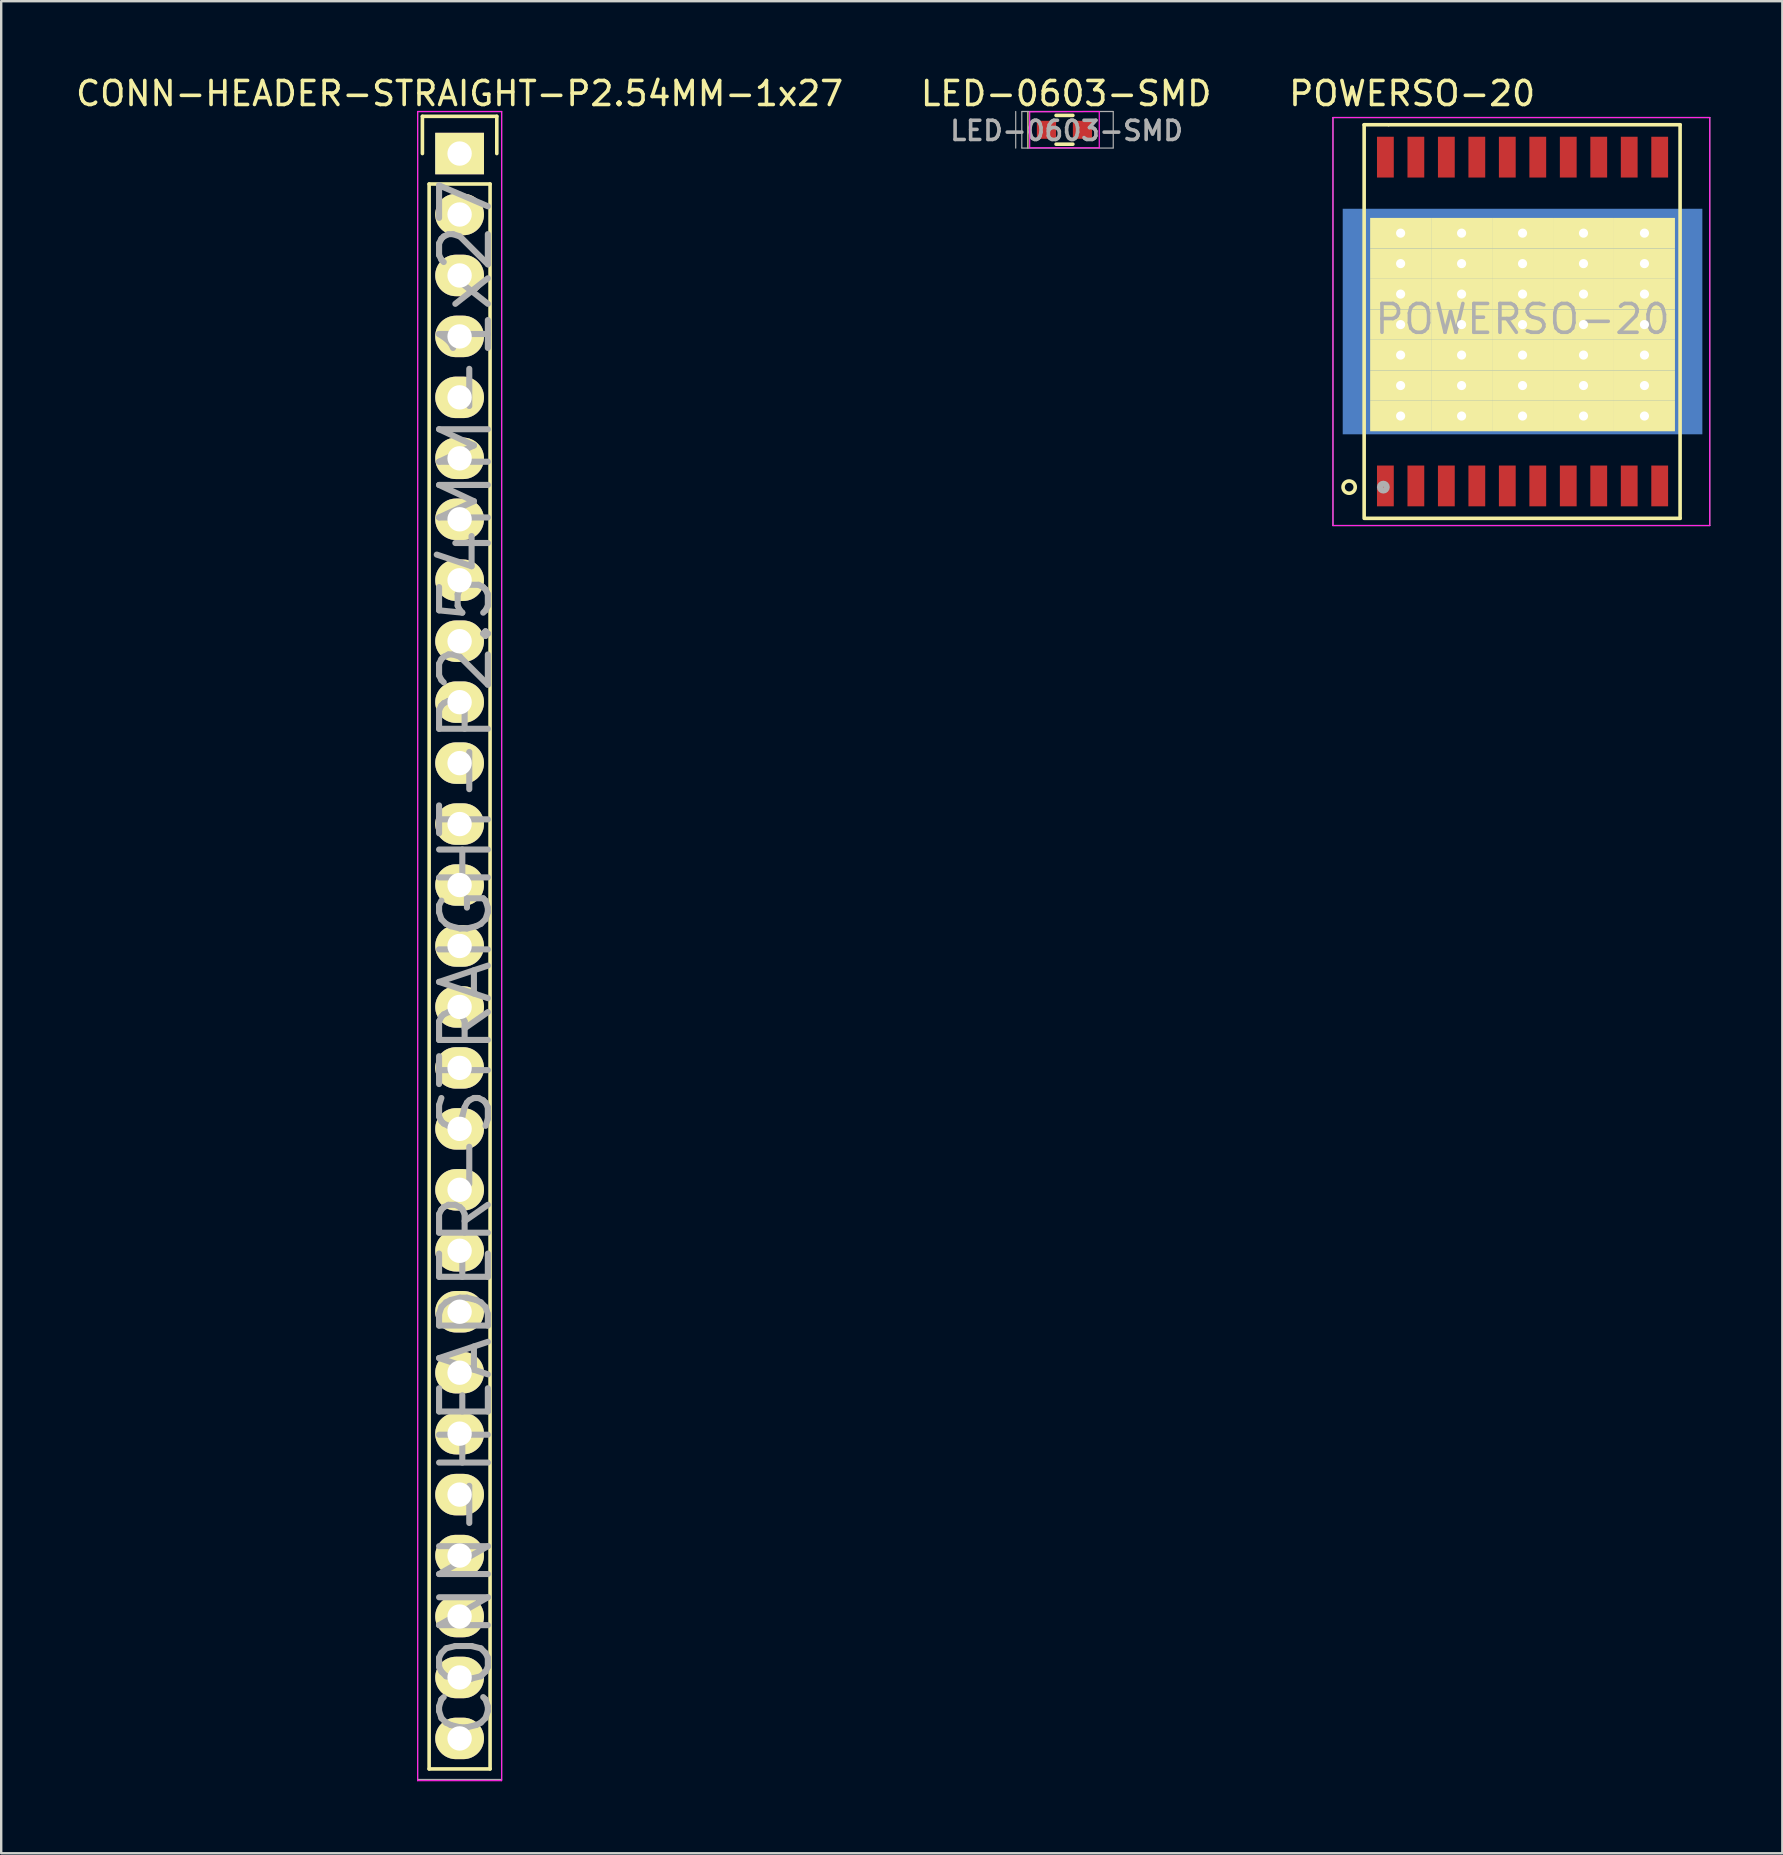
<source format=kicad_pcb>
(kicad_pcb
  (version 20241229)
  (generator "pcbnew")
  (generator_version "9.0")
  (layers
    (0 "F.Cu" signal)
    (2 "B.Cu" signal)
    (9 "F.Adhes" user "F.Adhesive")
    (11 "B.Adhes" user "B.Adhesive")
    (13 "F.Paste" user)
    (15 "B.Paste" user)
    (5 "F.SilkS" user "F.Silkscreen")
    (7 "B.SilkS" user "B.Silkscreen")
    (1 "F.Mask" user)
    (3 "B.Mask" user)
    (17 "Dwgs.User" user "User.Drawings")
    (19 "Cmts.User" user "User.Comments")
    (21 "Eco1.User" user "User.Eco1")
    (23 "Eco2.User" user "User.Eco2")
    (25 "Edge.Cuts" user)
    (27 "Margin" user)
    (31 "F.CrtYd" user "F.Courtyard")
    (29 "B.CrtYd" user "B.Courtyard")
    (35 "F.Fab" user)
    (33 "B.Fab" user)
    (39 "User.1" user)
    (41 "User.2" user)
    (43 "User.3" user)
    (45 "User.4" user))
  (footprint "LED-0603-SMD"
    (layer "F.Cu")
    (at 41.305 2.358)
    (property "Reference" "LED-0603-SMD" (at 0.09 0.04 0) (layer "F.Fab") (effects (font (size 0.8 0.8) (thickness 0.15))))
    (attr smd)
    (fp_line (start -1.524 0.762) (end -1.524 -0.762) (stroke (width 0.05) (type solid)) (layer "F.SilkS"))
    (fp_line (start -0.35 -0.6) (end 0.35 -0.6) (stroke (width 0.15) (type solid)) (layer "F.SilkS"))
    (fp_line (start 0.35 0.6) (end -0.35 0.6) (stroke (width 0.15) (type solid)) (layer "F.SilkS"))
    (fp_line (start -1.45 -0.75) (end -1.45 0.75) (stroke (width 0.05) (type solid)) (layer "F.CrtYd"))
    (fp_line (start -1.45 -0.75) (end 1.45 -0.762) (stroke (width 0.05) (type solid)) (layer "F.CrtYd"))
    (fp_line (start -1.45 0.75) (end 1.45 0.75) (stroke (width 0.05) (type solid)) (layer "F.CrtYd"))
    (fp_line (start 1.45 -0.75) (end 1.45 0.75) (stroke (width 0.05) (type solid)) (layer "F.CrtYd"))
    (fp_line (start -2.032 -0.762) (end -2.032 0.762) (stroke (width 0.05) (type solid)) (layer "F.Fab"))
    (fp_line (start -1.778 -0.762) (end 2.032 -0.762) (stroke (width 0.05) (type solid)) (layer "F.Fab"))
    (fp_line (start -1.778 -0.75) (end -1.778 0.75) (stroke (width 0.05) (type solid)) (layer "F.Fab"))
    (fp_line (start -1.778 0.762) (end 2.032 0.762) (stroke (width 0.05) (type solid)) (layer "F.Fab"))
    (fp_line (start 2.032 -0.75) (end 2.032 0.75) (stroke (width 0.05) (type solid)) (layer "F.Fab"))
    (fp_text user "${REFERENCE}" (at 0.07 -1.51 0) (layer "F.SilkS") (effects (font (size 1 1) (thickness 0.15))))
    (pad "1" smd rect (at -0.75 0) (size 0.8 0.75) (layers "F.Cu" "F.Mask" "F.Paste"))
    (pad "2" smd rect (at 0.75 0) (size 0.8 0.75) (layers "F.Cu" "F.Mask" "F.Paste")))
  (footprint "POWERSO-20"
    (layer "F.Cu")
    (at 60.392 10.348)
    (property "Reference" "POWERSO-20" (at 0 -0.1 0) (layer "F.Fab") (effects (font (size 1.2 1.2) (thickness 0.15))))
    (attr through_hole)
    (fp_line (start -6.6 -8.2) (end -6.6 8.2) (stroke (width 0.15) (type solid)) (layer "F.SilkS"))
    (fp_line (start -6.6 -8.2) (end -5.6 -8.2) (stroke (width 0.15) (type solid)) (layer "F.SilkS"))
    (fp_line (start -6.565 8.2) (end 6.565 8.2) (stroke (width 0.15) (type solid)) (layer "F.SilkS"))
    (fp_line (start 6.565 -8.2) (end -5.565 -8.2) (stroke (width 0.15) (type solid)) (layer "F.SilkS"))
    (fp_line (start 6.565 8.2) (end 6.565 -8.2) (stroke (width 0.15) (type solid)) (layer "F.SilkS"))
    (fp_circle (center -7.225 6.9) (end -6.975 6.95) (stroke (width 0.15) (type solid)) (fill no) (layer "F.SilkS"))
    (fp_line (start -7.9 -8.5) (end -7.9 8.5) (stroke (width 0.051) (type solid)) (layer "F.CrtYd"))
    (fp_line (start -7.9 8.5) (end 7.8 8.5) (stroke (width 0.051) (type solid)) (layer "F.CrtYd"))
    (fp_line (start 7.7 -8.5) (end -7.9 -8.5) (stroke (width 0.051) (type solid)) (layer "F.CrtYd"))
    (fp_line (start 7.7 -8.5) (end 7.8 -8.5) (stroke (width 0.051) (type solid)) (layer "F.CrtYd"))
    (fp_line (start 7.8 8.5) (end 7.8 -8.5) (stroke (width 0.051) (type solid)) (layer "F.CrtYd"))
    (fp_line (start -7.9 -8.5) (end -7.9 8.5) (stroke (width 0.051) (type solid)) (layer "F.Fab"))
    (fp_line (start -7.9 8.5) (end 7.8 8.5) (stroke (width 0.051) (type solid)) (layer "F.Fab"))
    (fp_line (start 7.8 -8.5) (end -7.9 -8.5) (stroke (width 0.051) (type solid)) (layer "F.Fab"))
    (fp_line (start 7.8 8.5) (end 7.8 -8.5) (stroke (width 0.051) (type solid)) (layer "F.Fab"))
    (fp_circle (center -5.8 6.9) (end -5.7 7) (stroke (width 0.254) (type solid)) (fill no) (layer "F.Fab"))
    (fp_text user "${REFERENCE}" (at -4.6 -9.5 0) (layer "F.SilkS") (effects (font (size 1 1) (thickness 0.15))))
    (pad "1" smd rect (at -5.715 6.85) (size 0.7 1.7) (layers "F.Cu" "F.Mask" "F.Paste"))
    (pad "1" thru_hole rect (at -5.08 -3.683) (size 2.54 1.27) (drill 0.381) (layers "*.Cu" "F.Mask" "F.SilkS"))
    (pad "1" thru_hole rect (at -5.08 -2.413) (size 2.54 1.27) (drill 0.381) (layers "*.Cu" "F.Mask" "F.SilkS"))
    (pad "1" thru_hole rect (at -5.08 -1.143) (size 2.54 1.27) (drill 0.381) (layers "*.Cu" "F.Mask" "F.SilkS"))
    (pad "1" thru_hole rect (at -5.08 0.127) (size 2.54 1.27) (drill 0.381) (layers "*.Cu" "F.Mask" "F.SilkS"))
    (pad "1" thru_hole rect (at -5.08 1.397) (size 2.54 1.27) (drill 0.381) (layers "*.Cu" "F.Mask" "F.SilkS"))
    (pad "1" thru_hole rect (at -5.08 2.667) (size 2.54 1.27) (drill 0.381) (layers "*.Cu" "F.Mask" "F.SilkS"))
    (pad "1" thru_hole rect (at -5.08 3.937) (size 2.54 1.27) (drill 0.381) (layers "*.Cu" "F.Mask" "F.SilkS"))
    (pad "1" thru_hole rect (at -2.54 -3.683) (size 2.54 1.27) (drill 0.381) (layers "*.Cu" "F.Mask" "F.SilkS"))
    (pad "1" thru_hole rect (at -2.54 -2.413) (size 2.54 1.27) (drill 0.381) (layers "*.Cu" "F.Mask" "F.SilkS"))
    (pad "1" thru_hole rect (at -2.54 -1.143) (size 2.54 1.27) (drill 0.381) (layers "*.Cu" "F.Mask" "F.SilkS"))
    (pad "1" thru_hole rect (at -2.54 0.127) (size 2.54 1.27) (drill 0.381) (layers "*.Cu" "F.Mask" "F.SilkS"))
    (pad "1" thru_hole rect (at -2.54 1.397) (size 2.54 1.27) (drill 0.381) (layers "*.Cu" "F.Mask" "F.SilkS"))
    (pad "1" thru_hole rect (at -2.54 2.667) (size 2.54 1.27) (drill 0.381) (layers "*.Cu" "F.Mask" "F.SilkS"))
    (pad "1" thru_hole rect (at -2.54 3.937) (size 2.54 1.27) (drill 0.381) (layers "*.Cu" "F.Mask" "F.SilkS"))
    (pad "1" thru_hole rect (at 0 -3.683) (size 2.54 1.27) (drill 0.381) (layers "*.Cu" "F.Mask" "F.SilkS"))
    (pad "1" thru_hole rect (at 0 -2.413) (size 2.54 1.27) (drill 0.381) (layers "*.Cu" "F.Mask" "F.SilkS"))
    (pad "1" thru_hole rect (at 0 -1.143) (size 2.54 1.27) (drill 0.381) (layers "*.Cu" "F.Mask" "F.SilkS"))
    (pad "1" smd rect (at 0 0) (size 14.986 9.398) (layers "B.Cu" "F.Paste"))
    (pad "1" thru_hole rect (at 0 0.127) (size 2.54 1.27) (drill 0.381) (layers "*.Cu" "F.Mask" "F.SilkS"))
    (pad "1" thru_hole rect (at 0 1.397) (size 2.54 1.27) (drill 0.381) (layers "*.Cu" "F.Mask" "F.SilkS"))
    (pad "1" thru_hole rect (at 0 2.667) (size 2.54 1.27) (drill 0.381) (layers "*.Cu" "F.Mask" "F.SilkS"))
    (pad "1" thru_hole rect (at 0 3.937) (size 2.54 1.27) (drill 0.381) (layers "*.Cu" "F.Mask" "F.SilkS"))
    (pad "1" thru_hole rect (at 2.54 -3.683) (size 2.54 1.27) (drill 0.381) (layers "*.Cu" "F.Mask" "F.SilkS"))
    (pad "1" thru_hole rect (at 2.54 -2.413) (size 2.54 1.27) (drill 0.381) (layers "*.Cu" "F.Mask" "F.SilkS"))
    (pad "1" thru_hole rect (at 2.54 -1.143) (size 2.54 1.27) (drill 0.381) (layers "*.Cu" "F.Mask" "F.SilkS"))
    (pad "1" thru_hole rect (at 2.54 0.127) (size 2.54 1.27) (drill 0.381) (layers "*.Cu" "F.Mask" "F.SilkS"))
    (pad "1" thru_hole rect (at 2.54 1.397) (size 2.54 1.27) (drill 0.381) (layers "*.Cu" "F.Mask" "F.SilkS"))
    (pad "1" thru_hole rect (at 2.54 2.667) (size 2.54 1.27) (drill 0.381) (layers "*.Cu" "F.Mask" "F.SilkS"))
    (pad "1" thru_hole rect (at 2.54 3.937) (size 2.54 1.27) (drill 0.381) (layers "*.Cu" "F.Mask" "F.SilkS"))
    (pad "1" thru_hole rect (at 5.08 -3.683) (size 2.54 1.27) (drill 0.381) (layers "*.Cu" "F.Mask" "F.SilkS"))
    (pad "1" thru_hole rect (at 5.08 -2.413) (size 2.54 1.27) (drill 0.381) (layers "*.Cu" "F.Mask" "F.SilkS"))
    (pad "1" thru_hole rect (at 5.08 -1.143) (size 2.54 1.27) (drill 0.381) (layers "*.Cu" "F.Mask" "F.SilkS"))
    (pad "1" thru_hole rect (at 5.08 0.127) (size 2.54 1.27) (drill 0.381) (layers "*.Cu" "F.Mask" "F.SilkS"))
    (pad "1" thru_hole rect (at 5.08 1.397) (size 2.54 1.27) (drill 0.381) (layers "*.Cu" "F.Mask" "F.SilkS"))
    (pad "1" thru_hole rect (at 5.08 2.667) (size 2.54 1.27) (drill 0.381) (layers "*.Cu" "F.Mask" "F.SilkS"))
    (pad "1" thru_hole rect (at 5.08 3.937) (size 2.54 1.27) (drill 0.381) (layers "*.Cu" "F.Mask" "F.SilkS"))
    (pad "2" smd rect (at -4.445 6.85) (size 0.7 1.7) (layers "F.Cu" "F.Mask" "F.Paste"))
    (pad "3" smd rect (at -3.175 6.85) (size 0.7 1.7) (layers "F.Cu" "F.Mask" "F.Paste"))
    (pad "4" smd rect (at -1.905 6.85) (size 0.7 1.7) (layers "F.Cu" "F.Mask" "F.Paste"))
    (pad "5" smd rect (at -0.635 6.85) (size 0.7 1.7) (layers "F.Cu" "F.Mask" "F.Paste"))
    (pad "6" smd rect (at 0.635 6.85) (size 0.7 1.7) (layers "F.Cu" "F.Mask" "F.Paste"))
    (pad "7" smd rect (at 1.905 6.85) (size 0.7 1.7) (layers "F.Cu" "F.Mask" "F.Paste"))
    (pad "8" smd rect (at 3.175 6.85) (size 0.7 1.7) (layers "F.Cu" "F.Mask" "F.Paste"))
    (pad "9" smd rect (at 4.445 6.85) (size 0.7 1.7) (layers "F.Cu" "F.Mask" "F.Paste"))
    (pad "10" smd rect (at 5.715 6.85) (size 0.7 1.7) (layers "F.Cu" "F.Mask" "F.Paste"))
    (pad "11" smd rect (at 5.715 -6.85) (size 0.7 1.7) (layers "F.Cu" "F.Mask" "F.Paste"))
    (pad "12" smd rect (at 4.445 -6.85) (size 0.7 1.7) (layers "F.Cu" "F.Mask" "F.Paste"))
    (pad "13" smd rect (at 3.175 -6.85) (size 0.7 1.7) (layers "F.Cu" "F.Mask" "F.Paste"))
    (pad "14" smd rect (at 1.905 -6.85) (size 0.7 1.7) (layers "F.Cu" "F.Mask" "F.Paste"))
    (pad "15" smd rect (at 0.635 -6.85) (size 0.7 1.7) (layers "F.Cu" "F.Mask" "F.Paste"))
    (pad "16" smd rect (at -0.635 -6.85) (size 0.7 1.7) (layers "F.Cu" "F.Mask" "F.Paste"))
    (pad "17" smd rect (at -1.905 -6.85) (size 0.7 1.7) (layers "F.Cu" "F.Mask" "F.Paste"))
    (pad "18" smd rect (at -3.175 -6.85) (size 0.7 1.7) (layers "F.Cu" "F.Mask" "F.Paste"))
    (pad "19" smd rect (at -4.445 -6.85) (size 0.7 1.7) (layers "F.Cu" "F.Mask" "F.Paste"))
    (pad "20" smd rect (at -5.715 -6.85) (size 0.7 1.7) (layers "F.Cu" "F.Mask" "F.Paste")))
  (footprint "CONN-HEADER-STRAIGHT-P2.54MM-1x27"
    (layer "F.Cu")
    (at 16.101 3.348)
    (property "Reference" "CONN-HEADER-STRAIGHT-P2.54MM-1x27" (at 0.25 33.5 90) (layer "F.Fab") (effects (font (size 2.032 2.032) (thickness 0.254))))
    (attr through_hole)
    (fp_line (start -1.55 -1.55) (end 1.55 -1.55) (stroke (width 0.15) (type solid)) (layer "F.SilkS"))
    (fp_line (start -1.55 0) (end -1.55 -1.55) (stroke (width 0.15) (type solid)) (layer "F.SilkS"))
    (fp_line (start -1.27 1.27) (end -1.27 67.31) (stroke (width 0.15) (type solid)) (layer "F.SilkS"))
    (fp_line (start -1.27 67.31) (end 1.27 67.31) (stroke (width 0.15) (type solid)) (layer "F.SilkS"))
    (fp_line (start 1.27 1.27) (end -1.27 1.27) (stroke (width 0.15) (type solid)) (layer "F.SilkS"))
    (fp_line (start 1.27 67.31) (end 1.27 1.27) (stroke (width 0.15) (type solid)) (layer "F.SilkS"))
    (fp_line (start 1.55 -1.55) (end 1.55 0) (stroke (width 0.15) (type solid)) (layer "F.SilkS"))
    (fp_line (start -1.75 -1.75) (end -1.75 67.8) (stroke (width 0.05) (type solid)) (layer "F.CrtYd"))
    (fp_line (start -1.75 -1.75) (end 1.75 -1.75) (stroke (width 0.05) (type solid)) (layer "F.CrtYd"))
    (fp_line (start -1.75 67.8) (end 1.75 67.8) (stroke (width 0.05) (type solid)) (layer "F.CrtYd"))
    (fp_line (start 1.75 -1.75) (end 1.75 67.8) (stroke (width 0.05) (type solid)) (layer "F.CrtYd"))
    (fp_line (start -1.75 -1.75) (end 1.75 -1.75) (stroke (width 0.051) (type solid)) (layer "F.Fab"))
    (fp_line (start -1.75 67.75) (end -1.75 -1.75) (stroke (width 0.051) (type solid)) (layer "F.Fab"))
    (fp_line (start 1.75 -1.75) (end 1.75 67.75) (stroke (width 0.051) (type solid)) (layer "F.Fab"))
    (fp_line (start 1.75 67.75) (end -1.75 67.75) (stroke (width 0.051) (type solid)) (layer "F.Fab"))
    (fp_text user "${REFERENCE}" (at 0 -2.5 0) (layer "F.SilkS") (effects (font (size 1 1) (thickness 0.15))))
    (pad "1" thru_hole rect (at 0 0) (size 2.032 1.727) (drill 1.016) (layers "*.Cu" "*.Mask" "F.SilkS"))
    (pad "2" thru_hole oval (at 0 2.54) (size 2.032 1.727) (drill 1.016) (layers "*.Cu" "*.Mask" "F.SilkS"))
    (pad "3" thru_hole oval (at 0 5.08) (size 2.032 1.727) (drill 1.016) (layers "*.Cu" "*.Mask" "F.SilkS"))
    (pad "4" thru_hole oval (at 0 7.62) (size 2.032 1.727) (drill 1.016) (layers "*.Cu" "*.Mask" "F.SilkS"))
    (pad "5" thru_hole oval (at 0 10.16) (size 2.032 1.727) (drill 1.016) (layers "*.Cu" "*.Mask" "F.SilkS"))
    (pad "6" thru_hole oval (at 0 12.7) (size 2.032 1.727) (drill 1.016) (layers "*.Cu" "*.Mask" "F.SilkS"))
    (pad "7" thru_hole oval (at 0 15.24) (size 2.032 1.727) (drill 1.016) (layers "*.Cu" "*.Mask" "F.SilkS"))
    (pad "8" thru_hole oval (at 0 17.78) (size 2.032 1.727) (drill 1.016) (layers "*.Cu" "*.Mask" "F.SilkS"))
    (pad "9" thru_hole oval (at 0 20.32) (size 2.032 1.727) (drill 1.016) (layers "*.Cu" "*.Mask" "F.SilkS"))
    (pad "10" thru_hole oval (at 0 22.86) (size 2.032 1.727) (drill 1.016) (layers "*.Cu" "*.Mask" "F.SilkS"))
    (pad "11" thru_hole oval (at 0 25.4) (size 2.032 1.727) (drill 1.016) (layers "*.Cu" "*.Mask" "F.SilkS"))
    (pad "12" thru_hole oval (at 0 27.94) (size 2.032 1.727) (drill 1.016) (layers "*.Cu" "*.Mask" "F.SilkS"))
    (pad "13" thru_hole oval (at 0 30.48) (size 2.032 1.727) (drill 1.016) (layers "*.Cu" "*.Mask" "F.SilkS"))
    (pad "14" thru_hole oval (at 0 33.02) (size 2.032 1.727) (drill 1.016) (layers "*.Cu" "*.Mask" "F.SilkS"))
    (pad "15" thru_hole oval (at 0 35.56) (size 2.032 1.727) (drill 1.016) (layers "*.Cu" "*.Mask" "F.SilkS"))
    (pad "16" thru_hole oval (at 0 38.1) (size 2.032 1.727) (drill 1.016) (layers "*.Cu" "*.Mask" "F.SilkS"))
    (pad "17" thru_hole oval (at 0 40.64) (size 2.032 1.727) (drill 1.016) (layers "*.Cu" "*.Mask" "F.SilkS"))
    (pad "18" thru_hole oval (at 0 43.18) (size 2.032 1.727) (drill 1.016) (layers "*.Cu" "*.Mask" "F.SilkS"))
    (pad "19" thru_hole oval (at 0 45.72) (size 2.032 1.727) (drill 1.016) (layers "*.Cu" "*.Mask" "F.SilkS"))
    (pad "20" thru_hole oval (at 0 48.26) (size 2.032 1.727) (drill 1.016) (layers "*.Cu" "*.Mask" "F.SilkS"))
    (pad "21" thru_hole oval (at 0 50.8) (size 2.032 1.727) (drill 1.016) (layers "*.Cu" "*.Mask" "F.SilkS"))
    (pad "22" thru_hole oval (at 0 53.34) (size 2.032 1.727) (drill 1.016) (layers "*.Cu" "*.Mask" "F.SilkS"))
    (pad "23" thru_hole oval (at 0 55.88) (size 2.032 1.727) (drill 1.016) (layers "*.Cu" "*.Mask" "F.SilkS"))
    (pad "24" thru_hole oval (at 0 58.42) (size 2.032 1.727) (drill 1.016) (layers "*.Cu" "*.Mask" "F.SilkS"))
    (pad "25" thru_hole oval (at 0 60.96) (size 2.032 1.727) (drill 1.016) (layers "*.Cu" "*.Mask" "F.SilkS"))
    (pad "26" thru_hole oval (at 0 63.5) (size 2.032 1.727) (drill 1.016) (layers "*.Cu" "*.Mask" "F.SilkS"))
    (pad "27" thru_hole oval (at 0 66.04) (size 2.032 1.727) (drill 1.016) (layers "*.Cu" "*.Mask" "F.SilkS")))
  (gr_rect
    (start -3 -3)
    (end 71.217 74.173)
    (stroke (width 0.1) (type default))
    (fill no)
    (layer "Edge.Cuts")))
</source>
